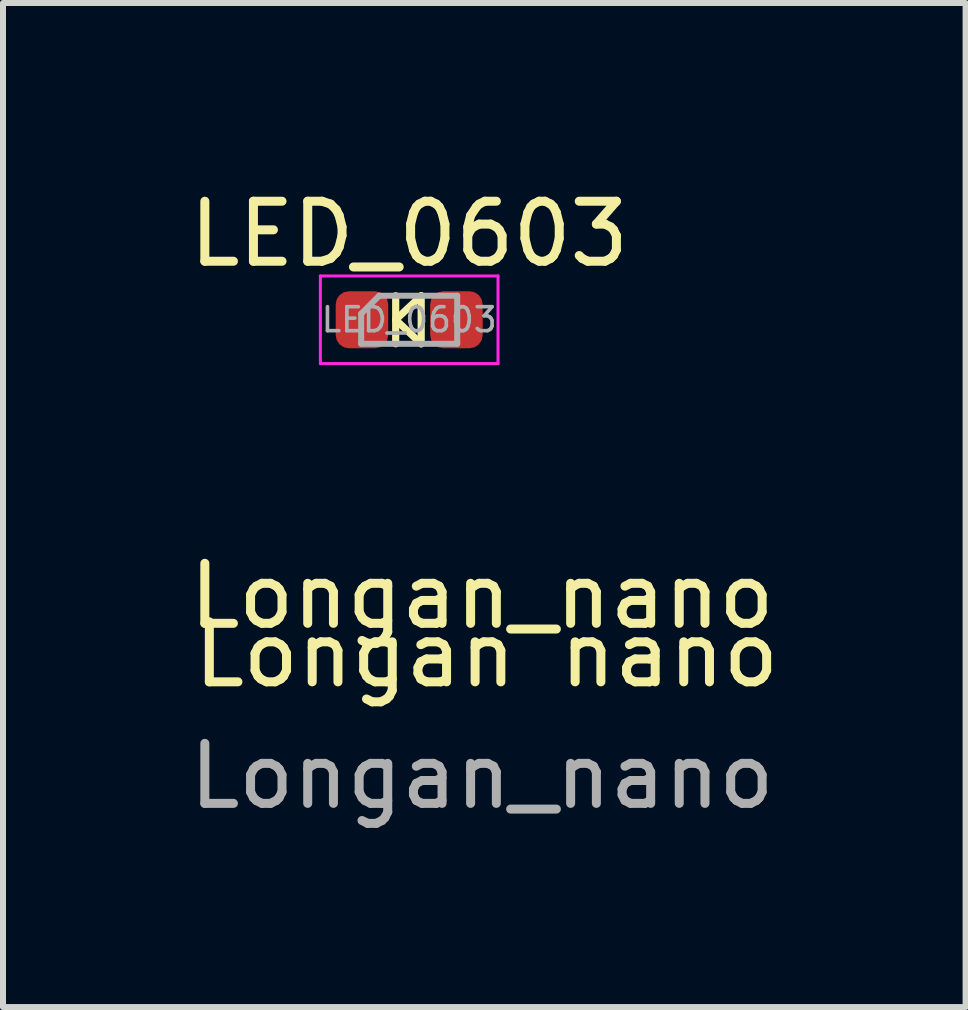
<source format=kicad_pcb>
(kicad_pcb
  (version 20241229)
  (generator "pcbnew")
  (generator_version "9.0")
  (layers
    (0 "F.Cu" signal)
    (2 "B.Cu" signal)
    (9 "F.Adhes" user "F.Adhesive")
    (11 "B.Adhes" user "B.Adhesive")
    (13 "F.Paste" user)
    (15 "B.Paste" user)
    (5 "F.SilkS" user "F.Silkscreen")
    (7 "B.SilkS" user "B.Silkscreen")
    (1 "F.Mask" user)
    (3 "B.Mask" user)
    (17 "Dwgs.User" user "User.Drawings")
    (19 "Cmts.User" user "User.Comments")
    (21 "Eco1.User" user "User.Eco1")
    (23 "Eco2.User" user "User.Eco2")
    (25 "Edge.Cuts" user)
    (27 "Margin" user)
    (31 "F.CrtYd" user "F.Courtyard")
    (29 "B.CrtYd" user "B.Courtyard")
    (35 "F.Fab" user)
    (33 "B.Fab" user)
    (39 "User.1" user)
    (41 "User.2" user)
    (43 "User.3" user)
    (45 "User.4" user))
  (footprint "Longan_nano"
    (layer "F.Cu")
    (at 4.982 7.381)
    (property "Reference" "Longan_nano" (at 0 -0.5 0) (unlocked yes) (layer "F.SilkS") (effects (font (size 1 1) (thickness 0.15))))
    (attr smd)
    (fp_text user "Longan nano" (at 0.075 0.475 0) (unlocked yes) (layer "F.SilkS") (effects (font (size 1 1) (thickness 0.15))))
    (fp_text user "${REFERENCE}" (at 0 2.5 0) (unlocked yes) (layer "F.Fab") (effects (font (size 1 1) (thickness 0.15)))))
  (footprint "LED_0603"
    (layer "F.Cu")
    (at 3.768 2.278)
    (property "Reference" "LED_0603" (at 0 -1.43 0) (layer "F.SilkS") (effects (font (size 1 1) (thickness 0.15))))
    (attr smd)
    (fp_line (start -0.225 -0.4) (end -0.225 0.4) (stroke (width 0.12) (type solid)) (layer "F.SilkS"))
    (fp_line (start -0.225 0) (end 0.2 -0.4) (stroke (width 0.12) (type solid)) (layer "F.SilkS"))
    (fp_line (start 0.2 -0.4) (end 0.2 0.4) (stroke (width 0.12) (type solid)) (layer "F.SilkS"))
    (fp_line (start 0.2 0.4) (end -0.225 0) (stroke (width 0.12) (type solid)) (layer "F.SilkS"))
    (fp_line (start -1.48 -0.73) (end 1.48 -0.73) (stroke (width 0.05) (type solid)) (layer "F.CrtYd"))
    (fp_line (start -1.48 0.73) (end -1.48 -0.73) (stroke (width 0.05) (type solid)) (layer "F.CrtYd"))
    (fp_line (start 1.48 -0.73) (end 1.48 0.73) (stroke (width 0.05) (type solid)) (layer "F.CrtYd"))
    (fp_line (start 1.48 0.73) (end -1.48 0.73) (stroke (width 0.05) (type solid)) (layer "F.CrtYd"))
    (fp_line (start -0.8 -0.1) (end -0.8 0.4) (stroke (width 0.1) (type solid)) (layer "F.Fab"))
    (fp_line (start -0.8 0.4) (end 0.8 0.4) (stroke (width 0.1) (type solid)) (layer "F.Fab"))
    (fp_line (start -0.5 -0.4) (end -0.8 -0.1) (stroke (width 0.1) (type solid)) (layer "F.Fab"))
    (fp_line (start 0.8 -0.4) (end -0.5 -0.4) (stroke (width 0.1) (type solid)) (layer "F.Fab"))
    (fp_line (start 0.8 0.4) (end 0.8 -0.4) (stroke (width 0.1) (type solid)) (layer "F.Fab"))
    (fp_text user "${REFERENCE}" (at 0 0 0) (layer "F.Fab") (effects (font (size 0.4 0.4) (thickness 0.06))))
    (pad "1" smd roundrect (at -0.787 0) (size 0.875 0.95) (layers "F.Cu" "F.Mask" "F.Paste") (roundrect_rratio 0.25))
    (pad "2" smd roundrect (at 0.787 0) (size 0.875 0.95) (layers "F.Cu" "F.Mask" "F.Paste") (roundrect_rratio 0.25)))
  (gr_rect
    (start -3 -3)
    (end 13.039 13.73)
    (stroke (width 0.1) (type default))
    (fill no)
    (layer "Edge.Cuts")))
</source>
